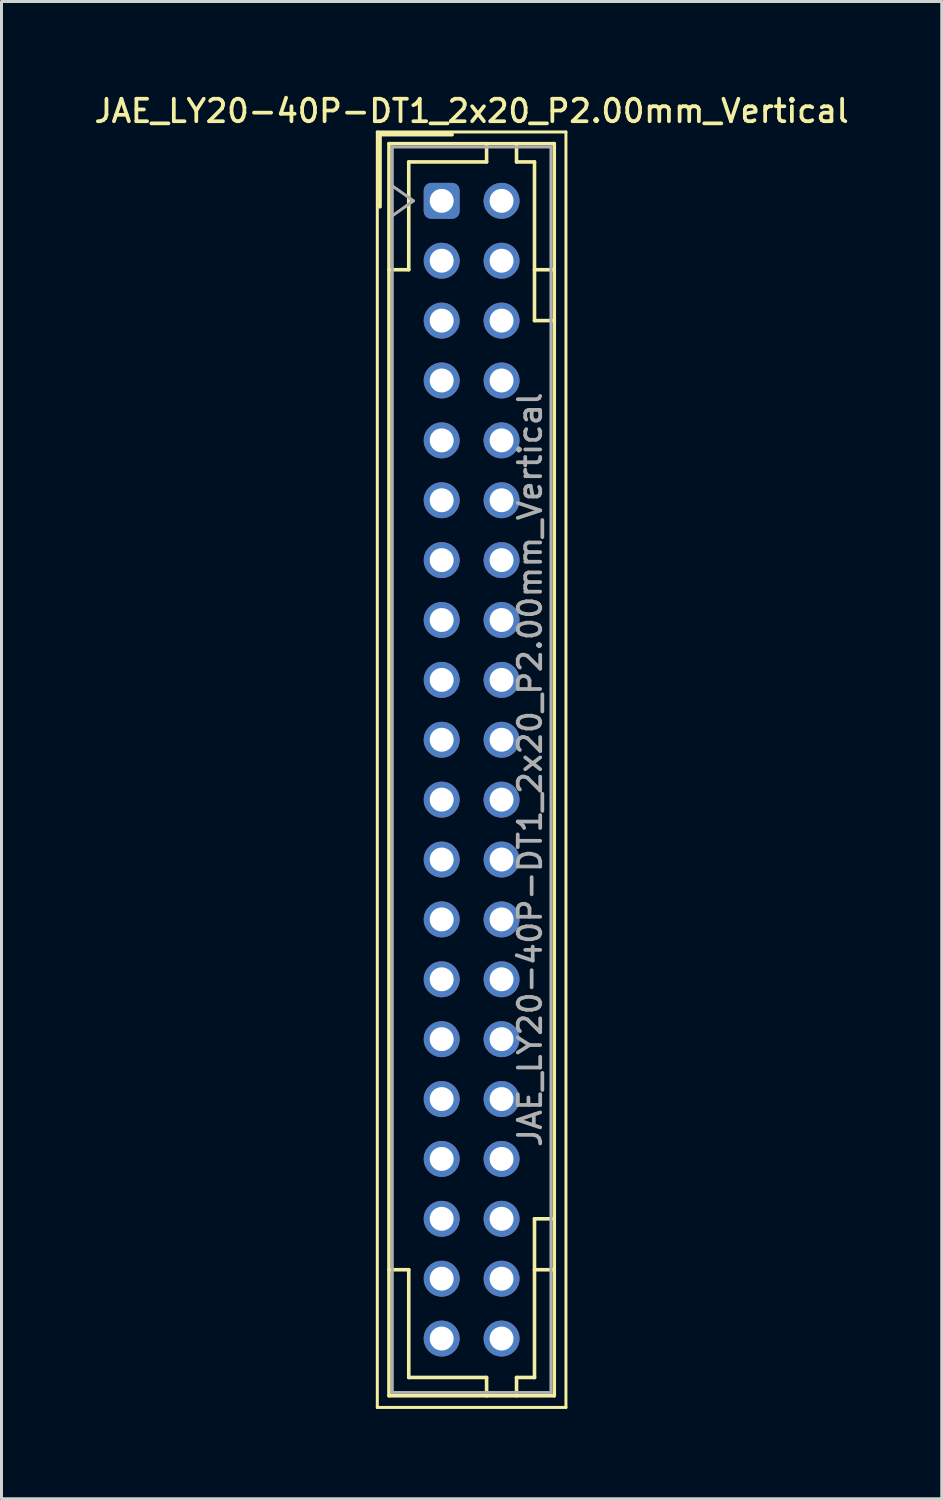
<source format=kicad_pcb>
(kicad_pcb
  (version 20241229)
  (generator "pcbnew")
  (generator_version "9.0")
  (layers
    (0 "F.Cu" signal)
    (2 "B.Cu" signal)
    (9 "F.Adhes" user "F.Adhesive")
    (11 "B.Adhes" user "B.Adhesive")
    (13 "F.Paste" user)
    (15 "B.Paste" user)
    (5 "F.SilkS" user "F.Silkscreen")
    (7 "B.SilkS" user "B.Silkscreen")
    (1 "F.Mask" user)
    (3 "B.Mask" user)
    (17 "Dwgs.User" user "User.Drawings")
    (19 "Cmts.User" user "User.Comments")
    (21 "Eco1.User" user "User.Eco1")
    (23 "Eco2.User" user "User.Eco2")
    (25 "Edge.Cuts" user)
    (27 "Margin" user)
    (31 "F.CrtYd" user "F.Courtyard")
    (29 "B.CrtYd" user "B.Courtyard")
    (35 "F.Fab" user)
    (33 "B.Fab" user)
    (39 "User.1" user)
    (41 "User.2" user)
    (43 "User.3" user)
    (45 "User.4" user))
  (footprint "JAE_LY20-40P-DT1_2x20_P2.00mm_Vertical"
    (layer "F.Cu")
    (at 11.702 3.658)
    (property "Reference" "JAE_LY20-40P-DT1_2x20_P2.00mm_Vertical" (at 1 -3 0) (layer "F.SilkS") (effects (font (size 0.75 0.75) (thickness 0.125))))
    (attr through_hole)
    (fp_line (start -2.15 -2.3) (end -2.15 40.3) (stroke (width 0.1) (type solid)) (layer "F.SilkS"))
    (fp_line (start -2.15 40.3) (end 4.15 40.3) (stroke (width 0.1) (type solid)) (layer "F.SilkS"))
    (fp_line (start -2.06 -2.21) (end -2.06 0.2) (stroke (width 0.12) (type solid)) (layer "F.SilkS"))
    (fp_line (start -1.76 -1.91) (end -1.76 39.91) (stroke (width 0.12) (type solid)) (layer "F.SilkS"))
    (fp_line (start -1.76 39.91) (end 3.76 39.91) (stroke (width 0.12) (type solid)) (layer "F.SilkS"))
    (fp_line (start -1.1 -1.3) (end -1.1 2.3) (stroke (width 0.12) (type solid)) (layer "F.SilkS"))
    (fp_line (start -1.1 2.3) (end -1.76 2.3) (stroke (width 0.12) (type solid)) (layer "F.SilkS"))
    (fp_line (start -1.1 35.7) (end -1.76 35.7) (stroke (width 0.12) (type solid)) (layer "F.SilkS"))
    (fp_line (start -1.1 39.3) (end -1.1 35.7) (stroke (width 0.12) (type solid)) (layer "F.SilkS"))
    (fp_line (start 0.35 -2.21) (end -2.06 -2.21) (stroke (width 0.12) (type solid)) (layer "F.SilkS"))
    (fp_line (start 1.5 -1.91) (end 1.5 -1.3) (stroke (width 0.12) (type solid)) (layer "F.SilkS"))
    (fp_line (start 1.5 -1.3) (end -1.1 -1.3) (stroke (width 0.12) (type solid)) (layer "F.SilkS"))
    (fp_line (start 1.5 39.3) (end -1.1 39.3) (stroke (width 0.12) (type solid)) (layer "F.SilkS"))
    (fp_line (start 1.5 39.91) (end 1.5 39.3) (stroke (width 0.12) (type solid)) (layer "F.SilkS"))
    (fp_line (start 2.5 -1.91) (end 2.5 -1.3) (stroke (width 0.12) (type solid)) (layer "F.SilkS"))
    (fp_line (start 2.5 -1.3) (end 3.1 -1.3) (stroke (width 0.12) (type solid)) (layer "F.SilkS"))
    (fp_line (start 2.5 39.3) (end 3.1 39.3) (stroke (width 0.12) (type solid)) (layer "F.SilkS"))
    (fp_line (start 2.5 39.91) (end 2.5 39.3) (stroke (width 0.12) (type solid)) (layer "F.SilkS"))
    (fp_line (start 3.1 -1.3) (end 3.1 4) (stroke (width 0.12) (type solid)) (layer "F.SilkS"))
    (fp_line (start 3.1 4) (end 3.76 4) (stroke (width 0.12) (type solid)) (layer "F.SilkS"))
    (fp_line (start 3.1 34) (end 3.76 34) (stroke (width 0.12) (type solid)) (layer "F.SilkS"))
    (fp_line (start 3.1 39.3) (end 3.1 34) (stroke (width 0.12) (type solid)) (layer "F.SilkS"))
    (fp_line (start 3.76 -1.91) (end -1.76 -1.91) (stroke (width 0.12) (type solid)) (layer "F.SilkS"))
    (fp_line (start 3.76 2.3) (end 3.1 2.3) (stroke (width 0.12) (type solid)) (layer "F.SilkS"))
    (fp_line (start 3.76 35.7) (end 3.1 35.7) (stroke (width 0.12) (type solid)) (layer "F.SilkS"))
    (fp_line (start 3.76 39.91) (end 3.76 -1.91) (stroke (width 0.12) (type solid)) (layer "F.SilkS"))
    (fp_line (start 4.15 -2.3) (end -2.15 -2.3) (stroke (width 0.1) (type solid)) (layer "F.SilkS"))
    (fp_line (start 4.15 40.3) (end 4.15 -2.3) (stroke (width 0.1) (type solid)) (layer "F.SilkS"))
    (fp_line (start -1.65 -1.8) (end -1.65 39.8) (stroke (width 0.1) (type solid)) (layer "F.Fab"))
    (fp_line (start -1.65 0.5) (end -0.943 0) (stroke (width 0.1) (type solid)) (layer "F.Fab"))
    (fp_line (start -1.65 39.8) (end 3.65 39.8) (stroke (width 0.1) (type solid)) (layer "F.Fab"))
    (fp_line (start -0.943 0) (end -1.65 -0.5) (stroke (width 0.1) (type solid)) (layer "F.Fab"))
    (fp_line (start 3.65 -1.8) (end -1.65 -1.8) (stroke (width 0.1) (type solid)) (layer "F.Fab"))
    (fp_line (start 3.65 39.8) (end 3.65 -1.8) (stroke (width 0.1) (type solid)) (layer "F.Fab"))
    (fp_text user "${REFERENCE}" (at 2.95 19 90) (layer "F.Fab") (effects (font (size 0.75 0.75) (thickness 0.125))))
    (pad "a1" thru_hole roundrect (at 0 0) (size 1.2 1.2) (drill 0.8) (layers "*.Cu" "*.Mask") (roundrect_rratio 0.208))
    (pad "a2" thru_hole circle (at 0 2) (size 1.2 1.2) (drill 0.8) (layers "*.Cu" "*.Mask"))
    (pad "a3" thru_hole circle (at 0 4) (size 1.2 1.2) (drill 0.8) (layers "*.Cu" "*.Mask"))
    (pad "a4" thru_hole circle (at 0 6) (size 1.2 1.2) (drill 0.8) (layers "*.Cu" "*.Mask"))
    (pad "a5" thru_hole circle (at 0 8) (size 1.2 1.2) (drill 0.8) (layers "*.Cu" "*.Mask"))
    (pad "a6" thru_hole circle (at 0 10) (size 1.2 1.2) (drill 0.8) (layers "*.Cu" "*.Mask"))
    (pad "a7" thru_hole circle (at 0 12) (size 1.2 1.2) (drill 0.8) (layers "*.Cu" "*.Mask"))
    (pad "a8" thru_hole circle (at 0 14) (size 1.2 1.2) (drill 0.8) (layers "*.Cu" "*.Mask"))
    (pad "a9" thru_hole circle (at 0 16) (size 1.2 1.2) (drill 0.8) (layers "*.Cu" "*.Mask"))
    (pad "a10" thru_hole circle (at 0 18) (size 1.2 1.2) (drill 0.8) (layers "*.Cu" "*.Mask"))
    (pad "a11" thru_hole circle (at 0 20) (size 1.2 1.2) (drill 0.8) (layers "*.Cu" "*.Mask"))
    (pad "a12" thru_hole circle (at 0 22) (size 1.2 1.2) (drill 0.8) (layers "*.Cu" "*.Mask"))
    (pad "a13" thru_hole circle (at 0 24) (size 1.2 1.2) (drill 0.8) (layers "*.Cu" "*.Mask"))
    (pad "a14" thru_hole circle (at 0 26) (size 1.2 1.2) (drill 0.8) (layers "*.Cu" "*.Mask"))
    (pad "a15" thru_hole circle (at 0 28) (size 1.2 1.2) (drill 0.8) (layers "*.Cu" "*.Mask"))
    (pad "a16" thru_hole circle (at 0 30) (size 1.2 1.2) (drill 0.8) (layers "*.Cu" "*.Mask"))
    (pad "a17" thru_hole circle (at 0 32) (size 1.2 1.2) (drill 0.8) (layers "*.Cu" "*.Mask"))
    (pad "a18" thru_hole circle (at 0 34) (size 1.2 1.2) (drill 0.8) (layers "*.Cu" "*.Mask"))
    (pad "a19" thru_hole circle (at 0 36) (size 1.2 1.2) (drill 0.8) (layers "*.Cu" "*.Mask"))
    (pad "a20" thru_hole circle (at 0 38) (size 1.2 1.2) (drill 0.8) (layers "*.Cu" "*.Mask"))
    (pad "b1" thru_hole circle (at 2 0) (size 1.2 1.2) (drill 0.8) (layers "*.Cu" "*.Mask"))
    (pad "b2" thru_hole circle (at 2 2) (size 1.2 1.2) (drill 0.8) (layers "*.Cu" "*.Mask"))
    (pad "b3" thru_hole circle (at 2 4) (size 1.2 1.2) (drill 0.8) (layers "*.Cu" "*.Mask"))
    (pad "b4" thru_hole circle (at 2 6) (size 1.2 1.2) (drill 0.8) (layers "*.Cu" "*.Mask"))
    (pad "b5" thru_hole circle (at 2 8) (size 1.2 1.2) (drill 0.8) (layers "*.Cu" "*.Mask"))
    (pad "b6" thru_hole circle (at 2 10) (size 1.2 1.2) (drill 0.8) (layers "*.Cu" "*.Mask"))
    (pad "b7" thru_hole circle (at 2 12) (size 1.2 1.2) (drill 0.8) (layers "*.Cu" "*.Mask"))
    (pad "b8" thru_hole circle (at 2 14) (size 1.2 1.2) (drill 0.8) (layers "*.Cu" "*.Mask"))
    (pad "b9" thru_hole circle (at 2 16) (size 1.2 1.2) (drill 0.8) (layers "*.Cu" "*.Mask"))
    (pad "b10" thru_hole circle (at 2 18) (size 1.2 1.2) (drill 0.8) (layers "*.Cu" "*.Mask"))
    (pad "b11" thru_hole circle (at 2 20) (size 1.2 1.2) (drill 0.8) (layers "*.Cu" "*.Mask"))
    (pad "b12" thru_hole circle (at 2 22) (size 1.2 1.2) (drill 0.8) (layers "*.Cu" "*.Mask"))
    (pad "b13" thru_hole circle (at 2 24) (size 1.2 1.2) (drill 0.8) (layers "*.Cu" "*.Mask"))
    (pad "b14" thru_hole circle (at 2 26) (size 1.2 1.2) (drill 0.8) (layers "*.Cu" "*.Mask"))
    (pad "b15" thru_hole circle (at 2 28) (size 1.2 1.2) (drill 0.8) (layers "*.Cu" "*.Mask"))
    (pad "b16" thru_hole circle (at 2 30) (size 1.2 1.2) (drill 0.8) (layers "*.Cu" "*.Mask"))
    (pad "b17" thru_hole circle (at 2 32) (size 1.2 1.2) (drill 0.8) (layers "*.Cu" "*.Mask"))
    (pad "b18" thru_hole circle (at 2 34) (size 1.2 1.2) (drill 0.8) (layers "*.Cu" "*.Mask"))
    (pad "b19" thru_hole circle (at 2 36) (size 1.2 1.2) (drill 0.8) (layers "*.Cu" "*.Mask"))
    (pad "b20" thru_hole circle (at 2 38) (size 1.2 1.2) (drill 0.8) (layers "*.Cu" "*.Mask")))
  (gr_rect
    (start -3 -3)
    (end 28.404 47.008)
    (stroke (width 0.1) (type default))
    (fill no)
    (layer "Edge.Cuts")))
</source>
